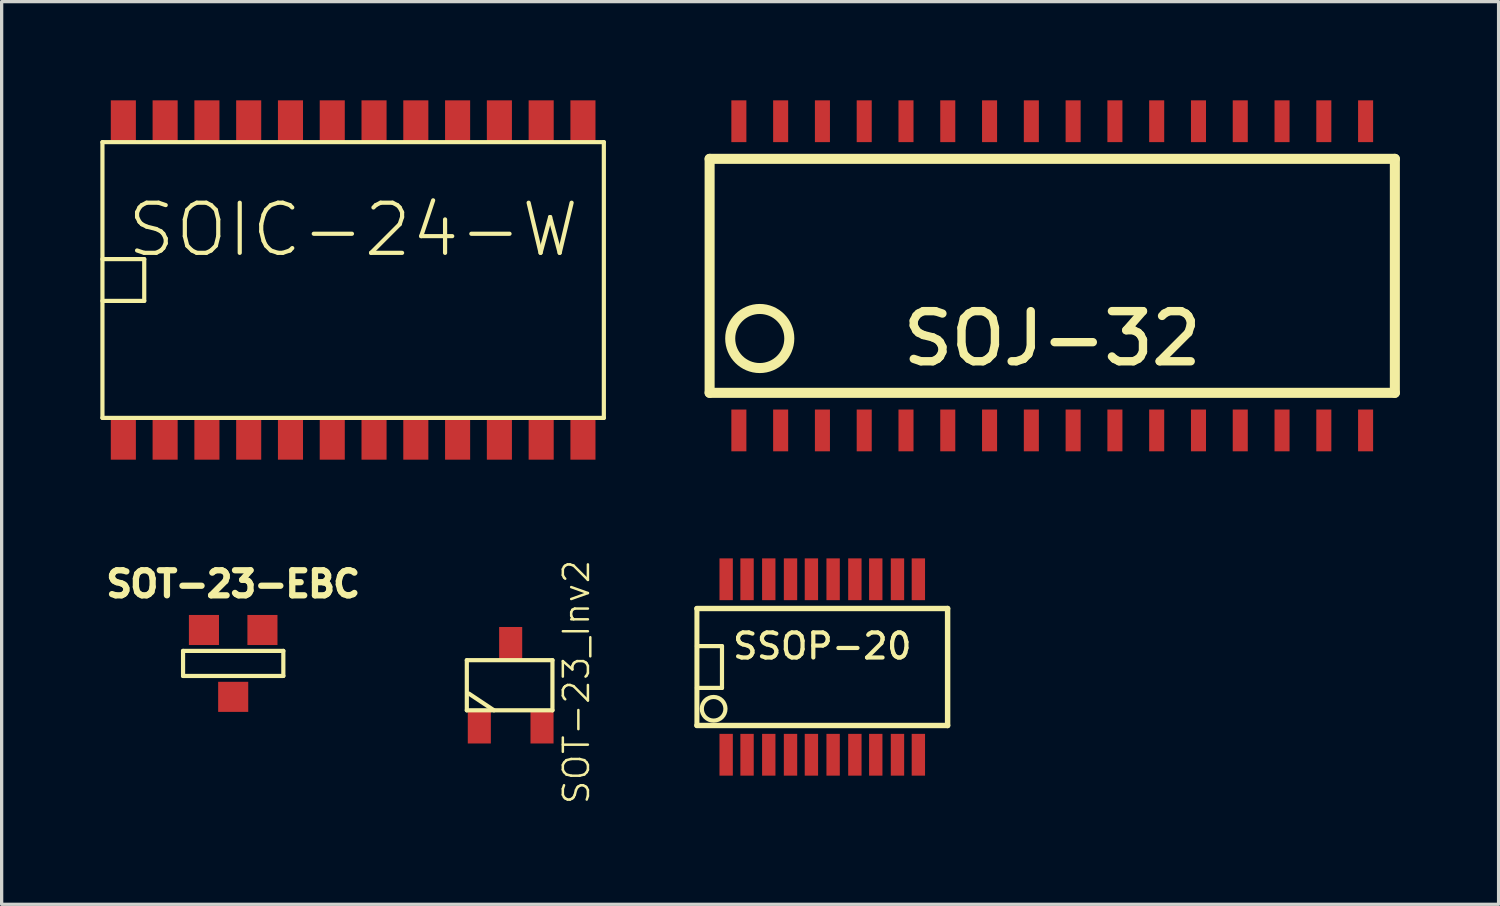
<source format=kicad_pcb>
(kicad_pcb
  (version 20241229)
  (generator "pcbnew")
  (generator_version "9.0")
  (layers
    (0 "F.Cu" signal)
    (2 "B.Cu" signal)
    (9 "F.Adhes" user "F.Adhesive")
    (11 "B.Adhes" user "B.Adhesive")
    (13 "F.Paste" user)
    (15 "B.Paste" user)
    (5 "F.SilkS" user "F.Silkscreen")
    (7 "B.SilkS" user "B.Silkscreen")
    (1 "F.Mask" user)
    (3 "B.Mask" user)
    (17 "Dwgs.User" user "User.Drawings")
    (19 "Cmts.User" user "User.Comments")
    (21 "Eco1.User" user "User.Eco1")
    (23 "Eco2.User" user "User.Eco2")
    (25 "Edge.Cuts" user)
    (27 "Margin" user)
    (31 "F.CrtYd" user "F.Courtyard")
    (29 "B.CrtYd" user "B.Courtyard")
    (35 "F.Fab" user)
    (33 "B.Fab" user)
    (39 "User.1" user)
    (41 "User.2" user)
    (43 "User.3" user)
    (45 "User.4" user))
  (footprint "SOT-23-EBC"
    (layer "F.Cu")
    (at 4.038 17.115)
    (property "Reference" "SOT-23-EBC" (at 0 -2.413 0) (layer "F.SilkS") (effects (font (size 0.762 0.762) (thickness 0.203))))
    (attr smd)
    (fp_line (start -1.524 -0.381) (end 1.524 -0.381) (stroke (width 0.127) (type solid)) (layer "F.SilkS"))
    (fp_line (start -1.524 0.381) (end -1.524 -0.381) (stroke (width 0.127) (type solid)) (layer "F.SilkS"))
    (fp_line (start 1.524 -0.381) (end 1.524 0.381) (stroke (width 0.127) (type solid)) (layer "F.SilkS"))
    (fp_line (start 1.524 0.381) (end -1.524 0.381) (stroke (width 0.127) (type solid)) (layer "F.SilkS"))
    (pad "1" smd rect (at -0.889 -1.016) (size 0.914 0.914) (layers "F.Cu" "F.Mask" "F.Paste"))
    (pad "2" smd rect (at 0.889 -1.016) (size 0.914 0.914) (layers "F.Cu" "F.Mask" "F.Paste"))
    (pad "3" smd rect (at 0 1.016) (size 0.914 0.914) (layers "F.Cu" "F.Mask" "F.Paste")))
  (footprint "SSOP-20"
    (layer "F.Cu")
    (at 21.943 17.224)
    (property "Reference" "SSOP-20" (at 0 -0.635 0) (layer "F.SilkS") (effects (font (size 0.762 0.762) (thickness 0.127))))
    (attr smd)
    (fp_line (start -3.81 -0.635) (end -3.048 -0.635) (stroke (width 0.127) (type solid)) (layer "F.SilkS"))
    (fp_line (start -3.81 1.778) (end -3.81 -1.778) (stroke (width 0.152) (type solid)) (layer "F.SilkS"))
    (fp_line (start -3.81 1.778) (end 3.81 1.778) (stroke (width 0.165) (type solid)) (layer "F.SilkS"))
    (fp_line (start -3.048 -0.635) (end -3.048 0.635) (stroke (width 0.127) (type solid)) (layer "F.SilkS"))
    (fp_line (start -3.048 0.635) (end -3.81 0.635) (stroke (width 0.127) (type solid)) (layer "F.SilkS"))
    (fp_line (start 3.81 -1.778) (end -3.81 -1.778) (stroke (width 0.165) (type solid)) (layer "F.SilkS"))
    (fp_line (start 3.81 -1.778) (end 3.81 1.778) (stroke (width 0.165) (type solid)) (layer "F.SilkS"))
    (fp_circle (center -3.302 1.27) (end -3.556 1.016) (stroke (width 0.127) (type solid)) (fill no) (layer "F.SilkS"))
    (pad "1" smd rect (at -2.921 2.667) (size 0.406 1.27) (layers "F.Cu" "F.Mask" "F.Paste"))
    (pad "2" smd rect (at -2.286 2.667) (size 0.406 1.27) (layers "F.Cu" "F.Mask" "F.Paste"))
    (pad "3" smd rect (at -1.626 2.667) (size 0.406 1.27) (layers "F.Cu" "F.Mask" "F.Paste"))
    (pad "4" smd rect (at -0.965 2.667) (size 0.406 1.27) (layers "F.Cu" "F.Mask" "F.Paste"))
    (pad "5" smd rect (at -0.33 2.667) (size 0.406 1.27) (layers "F.Cu" "F.Mask" "F.Paste"))
    (pad "6" smd rect (at 0.33 2.667) (size 0.406 1.27) (layers "F.Cu" "F.Mask" "F.Paste"))
    (pad "7" smd rect (at 0.991 2.667) (size 0.406 1.27) (layers "F.Cu" "F.Mask" "F.Paste"))
    (pad "8" smd rect (at 1.626 2.667) (size 0.406 1.27) (layers "F.Cu" "F.Mask" "F.Paste"))
    (pad "9" smd rect (at 2.286 2.667) (size 0.406 1.27) (layers "F.Cu" "F.Mask" "F.Paste"))
    (pad "10" smd rect (at 2.921 2.667) (size 0.406 1.27) (layers "F.Cu" "F.Mask" "F.Paste"))
    (pad "11" smd rect (at 2.921 -2.667) (size 0.406 1.27) (layers "F.Cu" "F.Mask" "F.Paste"))
    (pad "12" smd rect (at 2.286 -2.667) (size 0.406 1.27) (layers "F.Cu" "F.Mask" "F.Paste"))
    (pad "13" smd rect (at 1.626 -2.667) (size 0.406 1.27) (layers "F.Cu" "F.Mask" "F.Paste"))
    (pad "14" smd rect (at 0.991 -2.667) (size 0.406 1.27) (layers "F.Cu" "F.Mask" "F.Paste"))
    (pad "15" smd rect (at 0.33 -2.667) (size 0.406 1.27) (layers "F.Cu" "F.Mask" "F.Paste"))
    (pad "16" smd rect (at -0.33 -2.667) (size 0.406 1.27) (layers "F.Cu" "F.Mask" "F.Paste"))
    (pad "17" smd rect (at -0.965 -2.667) (size 0.406 1.27) (layers "F.Cu" "F.Mask" "F.Paste"))
    (pad "18" smd rect (at -1.626 -2.667) (size 0.406 1.27) (layers "F.Cu" "F.Mask" "F.Paste"))
    (pad "19" smd rect (at -2.286 -2.667) (size 0.406 1.27) (layers "F.Cu" "F.Mask" "F.Paste"))
    (pad "20" smd rect (at -2.921 -2.667) (size 0.406 1.27) (layers "F.Cu" "F.Mask" "F.Paste")))
  (footprint "SOJ-32"
    (layer "F.Cu")
    (at 28.933 5.334)
    (property "Reference" "SOJ-32" (at 0 1.905 0) (layer "F.SilkS") (effects (font (size 1.524 1.524) (thickness 0.254))))
    (attr smd)
    (fp_line (start -10.414 -3.556) (end 10.414 -3.556) (stroke (width 0.305) (type solid)) (layer "F.SilkS"))
    (fp_line (start -10.414 3.556) (end -10.414 -3.556) (stroke (width 0.305) (type solid)) (layer "F.SilkS"))
    (fp_line (start 10.414 -3.556) (end 10.414 3.556) (stroke (width 0.305) (type solid)) (layer "F.SilkS"))
    (fp_line (start 10.414 3.556) (end -10.414 3.556) (stroke (width 0.305) (type solid)) (layer "F.SilkS"))
    (fp_circle (center -8.89 1.905) (end -9.525 1.27) (stroke (width 0.305) (type solid)) (fill no) (layer "F.SilkS"))
    (pad "1" smd rect (at -9.525 4.699) (size 0.457 1.27) (layers "F.Cu" "F.Mask" "F.Paste"))
    (pad "2" smd rect (at -8.255 4.699) (size 0.457 1.27) (layers "F.Cu" "F.Mask" "F.Paste"))
    (pad "3" smd rect (at -6.985 4.699) (size 0.457 1.27) (layers "F.Cu" "F.Mask" "F.Paste"))
    (pad "4" smd rect (at -5.715 4.699) (size 0.457 1.27) (layers "F.Cu" "F.Mask" "F.Paste"))
    (pad "5" smd rect (at -4.445 4.699) (size 0.457 1.27) (layers "F.Cu" "F.Mask" "F.Paste"))
    (pad "6" smd rect (at -3.175 4.699) (size 0.457 1.27) (layers "F.Cu" "F.Mask" "F.Paste"))
    (pad "7" smd rect (at -1.905 4.699) (size 0.457 1.27) (layers "F.Cu" "F.Mask" "F.Paste"))
    (pad "8" smd rect (at -0.635 4.699) (size 0.457 1.27) (layers "F.Cu" "F.Mask" "F.Paste"))
    (pad "9" smd rect (at 0.635 4.699) (size 0.457 1.27) (layers "F.Cu" "F.Mask" "F.Paste"))
    (pad "10" smd rect (at 1.905 4.699) (size 0.457 1.27) (layers "F.Cu" "F.Mask" "F.Paste"))
    (pad "11" smd rect (at 3.175 4.699) (size 0.457 1.27) (layers "F.Cu" "F.Mask" "F.Paste"))
    (pad "12" smd rect (at 4.445 4.699) (size 0.457 1.27) (layers "F.Cu" "F.Mask" "F.Paste"))
    (pad "13" smd rect (at 5.715 4.699) (size 0.457 1.27) (layers "F.Cu" "F.Mask" "F.Paste"))
    (pad "14" smd rect (at 6.985 4.699) (size 0.457 1.27) (layers "F.Cu" "F.Mask" "F.Paste"))
    (pad "15" smd rect (at 8.255 4.699) (size 0.457 1.27) (layers "F.Cu" "F.Mask" "F.Paste"))
    (pad "16" smd rect (at 9.525 4.699) (size 0.457 1.27) (layers "F.Cu" "F.Mask" "F.Paste"))
    (pad "17" smd rect (at 9.525 -4.699) (size 0.457 1.27) (layers "F.Cu" "F.Mask" "F.Paste"))
    (pad "18" smd rect (at 8.255 -4.699) (size 0.457 1.27) (layers "F.Cu" "F.Mask" "F.Paste"))
    (pad "19" smd rect (at 6.985 -4.699) (size 0.457 1.27) (layers "F.Cu" "F.Mask" "F.Paste"))
    (pad "20" smd rect (at 5.715 -4.699) (size 0.457 1.27) (layers "F.Cu" "F.Mask" "F.Paste"))
    (pad "21" smd rect (at 4.445 -4.699) (size 0.457 1.27) (layers "F.Cu" "F.Mask" "F.Paste"))
    (pad "22" smd rect (at 3.175 -4.699) (size 0.457 1.27) (layers "F.Cu" "F.Mask" "F.Paste"))
    (pad "23" smd rect (at 1.905 -4.699) (size 0.457 1.27) (layers "F.Cu" "F.Mask" "F.Paste"))
    (pad "24" smd rect (at 0.635 -4.699) (size 0.457 1.27) (layers "F.Cu" "F.Mask" "F.Paste"))
    (pad "25" smd rect (at -0.635 -4.699) (size 0.457 1.27) (layers "F.Cu" "F.Mask" "F.Paste"))
    (pad "26" smd rect (at -1.905 -4.699) (size 0.457 1.27) (layers "F.Cu" "F.Mask" "F.Paste"))
    (pad "27" smd rect (at -3.175 -4.699) (size 0.457 1.27) (layers "F.Cu" "F.Mask" "F.Paste"))
    (pad "28" smd rect (at -4.445 -4.699) (size 0.457 1.27) (layers "F.Cu" "F.Mask" "F.Paste"))
    (pad "29" smd rect (at -5.715 -4.699) (size 0.457 1.27) (layers "F.Cu" "F.Mask" "F.Paste"))
    (pad "30" smd rect (at -6.985 -4.699) (size 0.457 1.27) (layers "F.Cu" "F.Mask" "F.Paste"))
    (pad "31" smd rect (at -8.255 -4.699) (size 0.457 1.27) (layers "F.Cu" "F.Mask" "F.Paste"))
    (pad "32" smd rect (at -9.525 -4.699) (size 0.457 1.27) (layers "F.Cu" "F.Mask" "F.Paste")))
  (footprint "SOIC-24-W"
    (layer "F.Cu")
    (at 7.684 5.461)
    (property "Reference" "SOIC-24-W" (at 0 -1.524 0) (layer "F.SilkS") (effects (font (size 1.524 1.524) (thickness 0.127))))
    (attr smd)
    (fp_line (start -7.62 -4.191) (end -7.62 4.191) (stroke (width 0.127) (type solid)) (layer "F.SilkS"))
    (fp_line (start -7.62 -0.635) (end -6.35 -0.635) (stroke (width 0.127) (type solid)) (layer "F.SilkS"))
    (fp_line (start -7.62 4.191) (end 7.62 4.191) (stroke (width 0.127) (type solid)) (layer "F.SilkS"))
    (fp_line (start -6.35 -0.635) (end -6.35 0.635) (stroke (width 0.127) (type solid)) (layer "F.SilkS"))
    (fp_line (start -6.35 0.635) (end -7.62 0.635) (stroke (width 0.127) (type solid)) (layer "F.SilkS"))
    (fp_line (start 7.62 -4.191) (end -7.62 -4.191) (stroke (width 0.127) (type solid)) (layer "F.SilkS"))
    (fp_line (start 7.62 4.191) (end 7.62 -4.191) (stroke (width 0.127) (type solid)) (layer "F.SilkS"))
    (pad "1" smd rect (at -6.985 4.826) (size 0.762 1.27) (layers "F.Cu" "F.Mask" "F.Paste"))
    (pad "2" smd rect (at -5.715 4.826) (size 0.762 1.27) (layers "F.Cu" "F.Mask" "F.Paste"))
    (pad "3" smd rect (at -4.445 4.826) (size 0.762 1.27) (layers "F.Cu" "F.Mask" "F.Paste"))
    (pad "4" smd rect (at -3.175 4.826) (size 0.762 1.27) (layers "F.Cu" "F.Mask" "F.Paste"))
    (pad "5" smd rect (at -1.905 4.826) (size 0.762 1.27) (layers "F.Cu" "F.Mask" "F.Paste"))
    (pad "6" smd rect (at -0.635 4.826) (size 0.762 1.27) (layers "F.Cu" "F.Mask" "F.Paste"))
    (pad "7" smd rect (at 0.635 4.826) (size 0.762 1.27) (layers "F.Cu" "F.Mask" "F.Paste"))
    (pad "8" smd rect (at 1.905 4.826) (size 0.762 1.27) (layers "F.Cu" "F.Mask" "F.Paste"))
    (pad "9" smd rect (at 3.175 4.826) (size 0.762 1.27) (layers "F.Cu" "F.Mask" "F.Paste"))
    (pad "10" smd rect (at 4.445 4.826) (size 0.762 1.27) (layers "F.Cu" "F.Mask" "F.Paste"))
    (pad "11" smd rect (at 5.715 4.826) (size 0.762 1.27) (layers "F.Cu" "F.Mask" "F.Paste"))
    (pad "12" smd rect (at 6.985 4.826) (size 0.762 1.27) (layers "F.Cu" "F.Mask" "F.Paste"))
    (pad "13" smd rect (at 6.985 -4.826) (size 0.762 1.27) (layers "F.Cu" "F.Mask" "F.Paste"))
    (pad "14" smd rect (at 5.715 -4.826) (size 0.762 1.27) (layers "F.Cu" "F.Mask" "F.Paste"))
    (pad "15" smd rect (at 4.445 -4.826) (size 0.762 1.27) (layers "F.Cu" "F.Mask" "F.Paste"))
    (pad "16" smd rect (at 3.175 -4.826) (size 0.762 1.27) (layers "F.Cu" "F.Mask" "F.Paste"))
    (pad "17" smd rect (at 1.905 -4.826) (size 0.762 1.27) (layers "F.Cu" "F.Mask" "F.Paste"))
    (pad "18" smd rect (at 0.635 -4.826) (size 0.762 1.27) (layers "F.Cu" "F.Mask" "F.Paste"))
    (pad "19" smd rect (at -0.635 -4.826) (size 0.762 1.27) (layers "F.Cu" "F.Mask" "F.Paste"))
    (pad "20" smd rect (at -1.905 -4.826) (size 0.762 1.27) (layers "F.Cu" "F.Mask" "F.Paste"))
    (pad "21" smd rect (at -3.175 -4.826) (size 0.762 1.27) (layers "F.Cu" "F.Mask" "F.Paste"))
    (pad "22" smd rect (at -4.445 -4.826) (size 0.762 1.27) (layers "F.Cu" "F.Mask" "F.Paste"))
    (pad "23" smd rect (at -5.715 -4.826) (size 0.762 1.27) (layers "F.Cu" "F.Mask" "F.Paste"))
    (pad "24" smd rect (at -6.985 -4.826) (size 0.762 1.27) (layers "F.Cu" "F.Mask" "F.Paste")))
  (footprint "SOT-23_Inv2"
    (layer "F.Cu")
    (at 12.472 17.778)
    (property "Reference" "SOT-23_Inv2" (at 1.999 -0.099 90) (layer "F.SilkS") (effects (font (size 0.762 0.762) (thickness 0.076))))
    (attr smd)
    (fp_line (start -1.333 -0.762) (end 1.27 -0.762) (stroke (width 0.127) (type solid)) (layer "F.SilkS"))
    (fp_line (start -1.333 0.762) (end -1.333 -0.762) (stroke (width 0.127) (type solid)) (layer "F.SilkS"))
    (fp_line (start -0.508 0.762) (end -1.27 0.254) (stroke (width 0.127) (type solid)) (layer "F.SilkS"))
    (fp_line (start 1.27 -0.762) (end 1.27 0.762) (stroke (width 0.127) (type solid)) (layer "F.SilkS"))
    (fp_line (start 1.27 0.762) (end -1.333 0.762) (stroke (width 0.127) (type solid)) (layer "F.SilkS"))
    (pad "1" smd rect (at 0.953 1.27) (size 0.701 1.001) (layers "F.Cu" "F.Mask" "F.Paste"))
    (pad "2" smd rect (at -0.953 1.27) (size 0.701 1.001) (layers "F.Cu" "F.Mask" "F.Paste"))
    (pad "3" smd rect (at 0 -1.27) (size 0.701 1.001) (layers "F.Cu" "F.Mask" "F.Paste")))
  (gr_rect
    (start -3 -3)
    (end 42.5 24.437)
    (stroke (width 0.1) (type default))
    (fill no)
    (layer "Edge.Cuts")))
</source>
